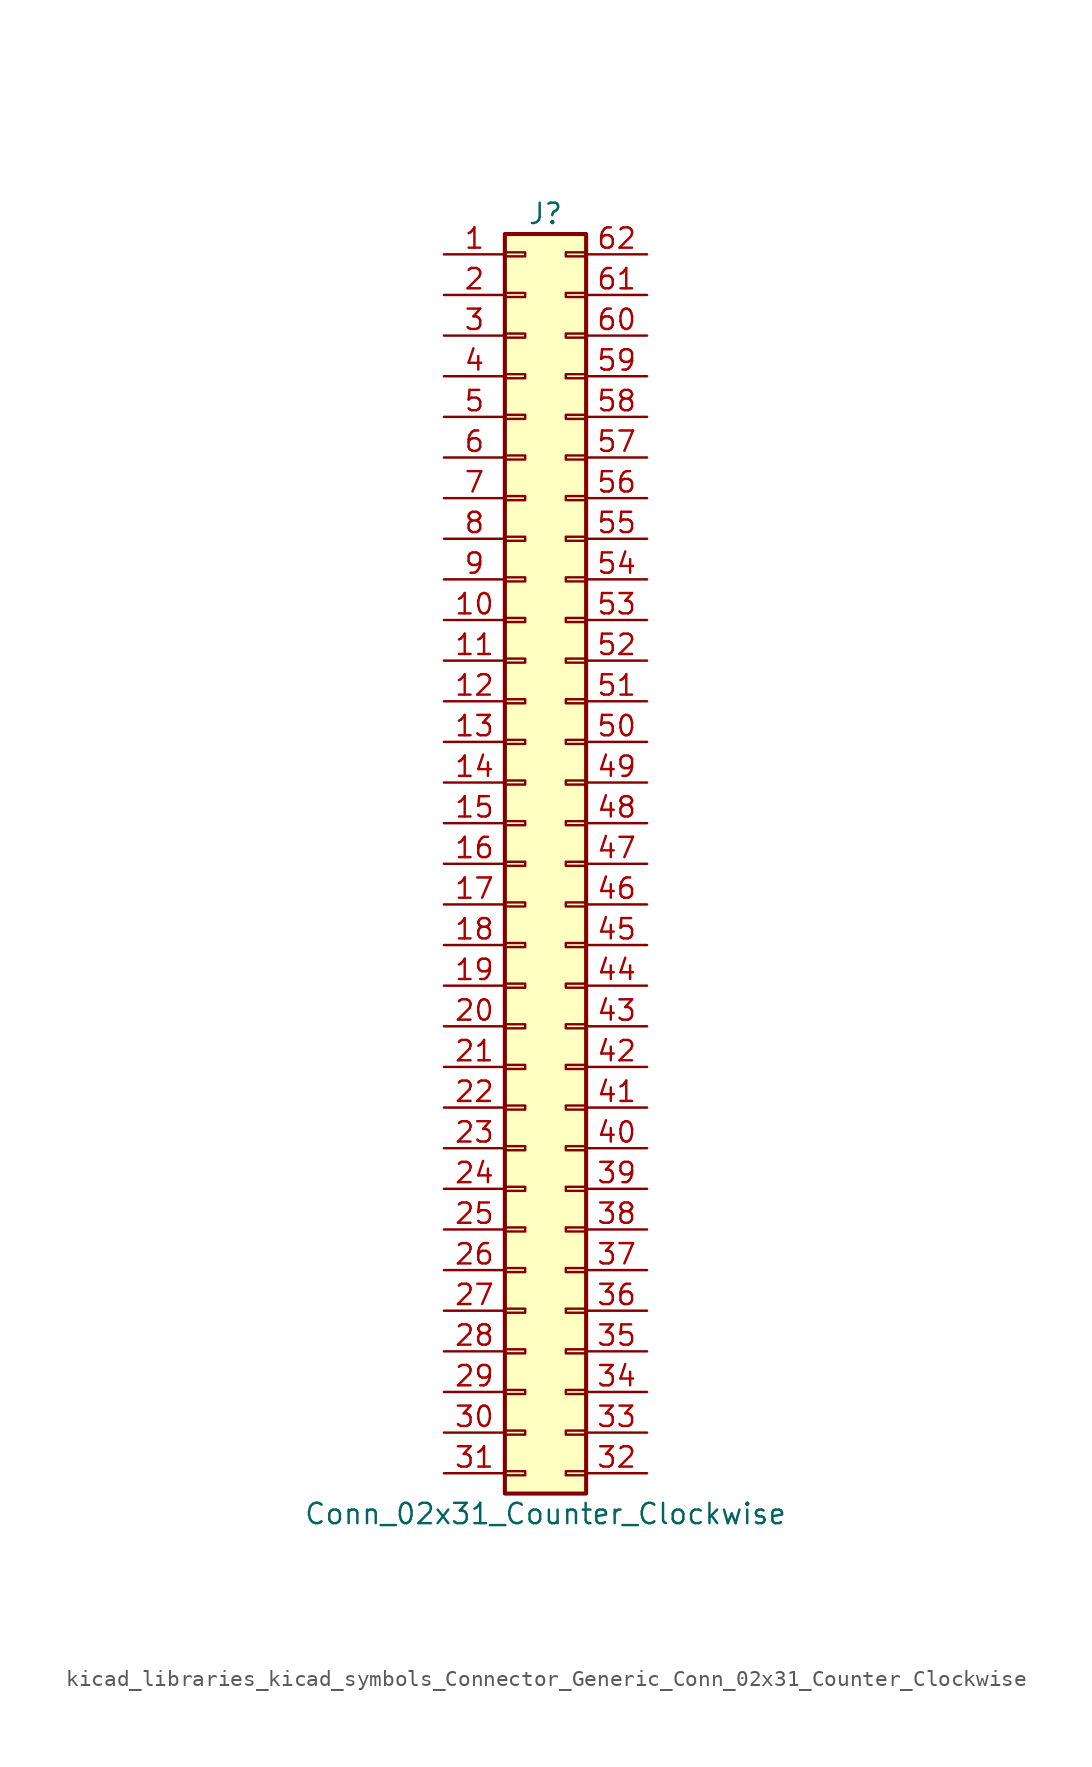
<source format=kicad_sym>
(kicad_symbol_lib
  (version 20220914)
  (generator kicad_symbol_editor)
  (symbol "kicad_libraries_kicad_symbols_Connector_Generic_Conn_02x31_Counter_Clockwise"
    (pin_names
      (offset 1.016) hide)
    (property "Reference" "J"
      (at 1.27 40.64 0)
      (effects (font (size 1.27 1.27))))
    (property "Value" "Conn_02x31_Counter_Clockwise"
      (at 1.27 -40.64 0)
      (effects (font (size 1.27 1.27))))
    (symbol "kicad_libraries_kicad_symbols_Connector_Generic_Conn_02x31_Counter_Clockwise_1_1"
      (rectangle (start -1.27 -37.973) (end 0 -38.227) (stroke (width 0.152) (type default)) (fill (type none)))
      (rectangle (start -1.27 -35.433) (end 0 -35.687) (stroke (width 0.152) (type default)) (fill (type none)))
      (rectangle (start -1.27 -32.893) (end 0 -33.147) (stroke (width 0.152) (type default)) (fill (type none)))
      (rectangle (start -1.27 -30.353) (end 0 -30.607) (stroke (width 0.152) (type default)) (fill (type none)))
      (rectangle (start -1.27 -27.813) (end 0 -28.067) (stroke (width 0.152) (type default)) (fill (type none)))
      (rectangle (start -1.27 -25.273) (end 0 -25.527) (stroke (width 0.152) (type default)) (fill (type none)))
      (rectangle (start -1.27 -22.733) (end 0 -22.987) (stroke (width 0.152) (type default)) (fill (type none)))
      (rectangle (start -1.27 -20.193) (end 0 -20.447) (stroke (width 0.152) (type default)) (fill (type none)))
      (rectangle (start -1.27 -17.653) (end 0 -17.907) (stroke (width 0.152) (type default)) (fill (type none)))
      (rectangle (start -1.27 -15.113) (end 0 -15.367) (stroke (width 0.152) (type default)) (fill (type none)))
      (rectangle (start -1.27 -12.573) (end 0 -12.827) (stroke (width 0.152) (type default)) (fill (type none)))
      (rectangle (start -1.27 -10.033) (end 0 -10.287) (stroke (width 0.152) (type default)) (fill (type none)))
      (rectangle (start -1.27 -7.493) (end 0 -7.747) (stroke (width 0.152) (type default)) (fill (type none)))
      (rectangle (start -1.27 -4.953) (end 0 -5.207) (stroke (width 0.152) (type default)) (fill (type none)))
      (rectangle (start -1.27 -2.413) (end 0 -2.667) (stroke (width 0.152) (type default)) (fill (type none)))
      (rectangle (start -1.27 0.127) (end 0 -0.127) (stroke (width 0.152) (type default)) (fill (type none)))
      (rectangle (start -1.27 2.667) (end 0 2.413) (stroke (width 0.152) (type default)) (fill (type none)))
      (rectangle (start -1.27 5.207) (end 0 4.953) (stroke (width 0.152) (type default)) (fill (type none)))
      (rectangle (start -1.27 7.747) (end 0 7.493) (stroke (width 0.152) (type default)) (fill (type none)))
      (rectangle (start -1.27 10.287) (end 0 10.033) (stroke (width 0.152) (type default)) (fill (type none)))
      (rectangle (start -1.27 12.827) (end 0 12.573) (stroke (width 0.152) (type default)) (fill (type none)))
      (rectangle (start -1.27 15.367) (end 0 15.113) (stroke (width 0.152) (type default)) (fill (type none)))
      (rectangle (start -1.27 17.907) (end 0 17.653) (stroke (width 0.152) (type default)) (fill (type none)))
      (rectangle (start -1.27 20.447) (end 0 20.193) (stroke (width 0.152) (type default)) (fill (type none)))
      (rectangle (start -1.27 22.987) (end 0 22.733) (stroke (width 0.152) (type default)) (fill (type none)))
      (rectangle (start -1.27 25.527) (end 0 25.273) (stroke (width 0.152) (type default)) (fill (type none)))
      (rectangle (start -1.27 28.067) (end 0 27.813) (stroke (width 0.152) (type default)) (fill (type none)))
      (rectangle (start -1.27 30.607) (end 0 30.353) (stroke (width 0.152) (type default)) (fill (type none)))
      (rectangle (start -1.27 33.147) (end 0 32.893) (stroke (width 0.152) (type default)) (fill (type none)))
      (rectangle (start -1.27 35.687) (end 0 35.433) (stroke (width 0.152) (type default)) (fill (type none)))
      (rectangle (start -1.27 38.227) (end 0 37.973) (stroke (width 0.152) (type default)) (fill (type none)))
      (rectangle (start -1.27 39.37) (end 3.81 -39.37) (stroke (width 0.254) (type default)) (fill (type background)))
      (rectangle (start 3.81 -37.973) (end 2.54 -38.227) (stroke (width 0.152) (type default)) (fill (type none)))
      (rectangle (start 3.81 -35.433) (end 2.54 -35.687) (stroke (width 0.152) (type default)) (fill (type none)))
      (rectangle (start 3.81 -32.893) (end 2.54 -33.147) (stroke (width 0.152) (type default)) (fill (type none)))
      (rectangle (start 3.81 -30.353) (end 2.54 -30.607) (stroke (width 0.152) (type default)) (fill (type none)))
      (rectangle (start 3.81 -27.813) (end 2.54 -28.067) (stroke (width 0.152) (type default)) (fill (type none)))
      (rectangle (start 3.81 -25.273) (end 2.54 -25.527) (stroke (width 0.152) (type default)) (fill (type none)))
      (rectangle (start 3.81 -22.733) (end 2.54 -22.987) (stroke (width 0.152) (type default)) (fill (type none)))
      (rectangle (start 3.81 -20.193) (end 2.54 -20.447) (stroke (width 0.152) (type default)) (fill (type none)))
      (rectangle (start 3.81 -17.653) (end 2.54 -17.907) (stroke (width 0.152) (type default)) (fill (type none)))
      (rectangle (start 3.81 -15.113) (end 2.54 -15.367) (stroke (width 0.152) (type default)) (fill (type none)))
      (rectangle (start 3.81 -12.573) (end 2.54 -12.827) (stroke (width 0.152) (type default)) (fill (type none)))
      (rectangle (start 3.81 -10.033) (end 2.54 -10.287) (stroke (width 0.152) (type default)) (fill (type none)))
      (rectangle (start 3.81 -7.493) (end 2.54 -7.747) (stroke (width 0.152) (type default)) (fill (type none)))
      (rectangle (start 3.81 -4.953) (end 2.54 -5.207) (stroke (width 0.152) (type default)) (fill (type none)))
      (rectangle (start 3.81 -2.413) (end 2.54 -2.667) (stroke (width 0.152) (type default)) (fill (type none)))
      (rectangle (start 3.81 0.127) (end 2.54 -0.127) (stroke (width 0.152) (type default)) (fill (type none)))
      (rectangle (start 3.81 2.667) (end 2.54 2.413) (stroke (width 0.152) (type default)) (fill (type none)))
      (rectangle (start 3.81 5.207) (end 2.54 4.953) (stroke (width 0.152) (type default)) (fill (type none)))
      (rectangle (start 3.81 7.747) (end 2.54 7.493) (stroke (width 0.152) (type default)) (fill (type none)))
      (rectangle (start 3.81 10.287) (end 2.54 10.033) (stroke (width 0.152) (type default)) (fill (type none)))
      (rectangle (start 3.81 12.827) (end 2.54 12.573) (stroke (width 0.152) (type default)) (fill (type none)))
      (rectangle (start 3.81 15.367) (end 2.54 15.113) (stroke (width 0.152) (type default)) (fill (type none)))
      (rectangle (start 3.81 17.907) (end 2.54 17.653) (stroke (width 0.152) (type default)) (fill (type none)))
      (rectangle (start 3.81 20.447) (end 2.54 20.193) (stroke (width 0.152) (type default)) (fill (type none)))
      (rectangle (start 3.81 22.987) (end 2.54 22.733) (stroke (width 0.152) (type default)) (fill (type none)))
      (rectangle (start 3.81 25.527) (end 2.54 25.273) (stroke (width 0.152) (type default)) (fill (type none)))
      (rectangle (start 3.81 28.067) (end 2.54 27.813) (stroke (width 0.152) (type default)) (fill (type none)))
      (rectangle (start 3.81 30.607) (end 2.54 30.353) (stroke (width 0.152) (type default)) (fill (type none)))
      (rectangle (start 3.81 33.147) (end 2.54 32.893) (stroke (width 0.152) (type default)) (fill (type none)))
      (rectangle (start 3.81 35.687) (end 2.54 35.433) (stroke (width 0.152) (type default)) (fill (type none)))
      (rectangle (start 3.81 38.227) (end 2.54 37.973) (stroke (width 0.152) (type default)) (fill (type none)))
      (pin passive line (at -5.08 38.1 0) (length 3.81) (name "Pin_1" (effects (font (size 1.27 1.27)))) (number "1" (effects (font (size 1.27 1.27)))))
      (pin passive line (at -5.08 15.24 0) (length 3.81) (name "Pin_10" (effects (font (size 1.27 1.27)))) (number "10" (effects (font (size 1.27 1.27)))))
      (pin passive line (at -5.08 12.7 0) (length 3.81) (name "Pin_11" (effects (font (size 1.27 1.27)))) (number "11" (effects (font (size 1.27 1.27)))))
      (pin passive line (at -5.08 10.16 0) (length 3.81) (name "Pin_12" (effects (font (size 1.27 1.27)))) (number "12" (effects (font (size 1.27 1.27)))))
      (pin passive line (at -5.08 7.62 0) (length 3.81) (name "Pin_13" (effects (font (size 1.27 1.27)))) (number "13" (effects (font (size 1.27 1.27)))))
      (pin passive line (at -5.08 5.08 0) (length 3.81) (name "Pin_14" (effects (font (size 1.27 1.27)))) (number "14" (effects (font (size 1.27 1.27)))))
      (pin passive line (at -5.08 2.54 0) (length 3.81) (name "Pin_15" (effects (font (size 1.27 1.27)))) (number "15" (effects (font (size 1.27 1.27)))))
      (pin passive line (at -5.08 0 0) (length 3.81) (name "Pin_16" (effects (font (size 1.27 1.27)))) (number "16" (effects (font (size 1.27 1.27)))))
      (pin passive line (at -5.08 -2.54 0) (length 3.81) (name "Pin_17" (effects (font (size 1.27 1.27)))) (number "17" (effects (font (size 1.27 1.27)))))
      (pin passive line (at -5.08 -5.08 0) (length 3.81) (name "Pin_18" (effects (font (size 1.27 1.27)))) (number "18" (effects (font (size 1.27 1.27)))))
      (pin passive line (at -5.08 -7.62 0) (length 3.81) (name "Pin_19" (effects (font (size 1.27 1.27)))) (number "19" (effects (font (size 1.27 1.27)))))
      (pin passive line (at -5.08 35.56 0) (length 3.81) (name "Pin_2" (effects (font (size 1.27 1.27)))) (number "2" (effects (font (size 1.27 1.27)))))
      (pin passive line (at -5.08 -10.16 0) (length 3.81) (name "Pin_20" (effects (font (size 1.27 1.27)))) (number "20" (effects (font (size 1.27 1.27)))))
      (pin passive line (at -5.08 -12.7 0) (length 3.81) (name "Pin_21" (effects (font (size 1.27 1.27)))) (number "21" (effects (font (size 1.27 1.27)))))
      (pin passive line (at -5.08 -15.24 0) (length 3.81) (name "Pin_22" (effects (font (size 1.27 1.27)))) (number "22" (effects (font (size 1.27 1.27)))))
      (pin passive line (at -5.08 -17.78 0) (length 3.81) (name "Pin_23" (effects (font (size 1.27 1.27)))) (number "23" (effects (font (size 1.27 1.27)))))
      (pin passive line (at -5.08 -20.32 0) (length 3.81) (name "Pin_24" (effects (font (size 1.27 1.27)))) (number "24" (effects (font (size 1.27 1.27)))))
      (pin passive line (at -5.08 -22.86 0) (length 3.81) (name "Pin_25" (effects (font (size 1.27 1.27)))) (number "25" (effects (font (size 1.27 1.27)))))
      (pin passive line (at -5.08 -25.4 0) (length 3.81) (name "Pin_26" (effects (font (size 1.27 1.27)))) (number "26" (effects (font (size 1.27 1.27)))))
      (pin passive line (at -5.08 -27.94 0) (length 3.81) (name "Pin_27" (effects (font (size 1.27 1.27)))) (number "27" (effects (font (size 1.27 1.27)))))
      (pin passive line (at -5.08 -30.48 0) (length 3.81) (name "Pin_28" (effects (font (size 1.27 1.27)))) (number "28" (effects (font (size 1.27 1.27)))))
      (pin passive line (at -5.08 -33.02 0) (length 3.81) (name "Pin_29" (effects (font (size 1.27 1.27)))) (number "29" (effects (font (size 1.27 1.27)))))
      (pin passive line (at -5.08 33.02 0) (length 3.81) (name "Pin_3" (effects (font (size 1.27 1.27)))) (number "3" (effects (font (size 1.27 1.27)))))
      (pin passive line (at -5.08 -35.56 0) (length 3.81) (name "Pin_30" (effects (font (size 1.27 1.27)))) (number "30" (effects (font (size 1.27 1.27)))))
      (pin passive line (at -5.08 -38.1 0) (length 3.81) (name "Pin_31" (effects (font (size 1.27 1.27)))) (number "31" (effects (font (size 1.27 1.27)))))
      (pin passive line (at 7.62 -38.1 180) (length 3.81) (name "Pin_32" (effects (font (size 1.27 1.27)))) (number "32" (effects (font (size 1.27 1.27)))))
      (pin passive line (at 7.62 -35.56 180) (length 3.81) (name "Pin_33" (effects (font (size 1.27 1.27)))) (number "33" (effects (font (size 1.27 1.27)))))
      (pin passive line (at 7.62 -33.02 180) (length 3.81) (name "Pin_34" (effects (font (size 1.27 1.27)))) (number "34" (effects (font (size 1.27 1.27)))))
      (pin passive line (at 7.62 -30.48 180) (length 3.81) (name "Pin_35" (effects (font (size 1.27 1.27)))) (number "35" (effects (font (size 1.27 1.27)))))
      (pin passive line (at 7.62 -27.94 180) (length 3.81) (name "Pin_36" (effects (font (size 1.27 1.27)))) (number "36" (effects (font (size 1.27 1.27)))))
      (pin passive line (at 7.62 -25.4 180) (length 3.81) (name "Pin_37" (effects (font (size 1.27 1.27)))) (number "37" (effects (font (size 1.27 1.27)))))
      (pin passive line (at 7.62 -22.86 180) (length 3.81) (name "Pin_38" (effects (font (size 1.27 1.27)))) (number "38" (effects (font (size 1.27 1.27)))))
      (pin passive line (at 7.62 -20.32 180) (length 3.81) (name "Pin_39" (effects (font (size 1.27 1.27)))) (number "39" (effects (font (size 1.27 1.27)))))
      (pin passive line (at -5.08 30.48 0) (length 3.81) (name "Pin_4" (effects (font (size 1.27 1.27)))) (number "4" (effects (font (size 1.27 1.27)))))
      (pin passive line (at 7.62 -17.78 180) (length 3.81) (name "Pin_40" (effects (font (size 1.27 1.27)))) (number "40" (effects (font (size 1.27 1.27)))))
      (pin passive line (at 7.62 -15.24 180) (length 3.81) (name "Pin_41" (effects (font (size 1.27 1.27)))) (number "41" (effects (font (size 1.27 1.27)))))
      (pin passive line (at 7.62 -12.7 180) (length 3.81) (name "Pin_42" (effects (font (size 1.27 1.27)))) (number "42" (effects (font (size 1.27 1.27)))))
      (pin passive line (at 7.62 -10.16 180) (length 3.81) (name "Pin_43" (effects (font (size 1.27 1.27)))) (number "43" (effects (font (size 1.27 1.27)))))
      (pin passive line (at 7.62 -7.62 180) (length 3.81) (name "Pin_44" (effects (font (size 1.27 1.27)))) (number "44" (effects (font (size 1.27 1.27)))))
      (pin passive line (at 7.62 -5.08 180) (length 3.81) (name "Pin_45" (effects (font (size 1.27 1.27)))) (number "45" (effects (font (size 1.27 1.27)))))
      (pin passive line (at 7.62 -2.54 180) (length 3.81) (name "Pin_46" (effects (font (size 1.27 1.27)))) (number "46" (effects (font (size 1.27 1.27)))))
      (pin passive line (at 7.62 0 180) (length 3.81) (name "Pin_47" (effects (font (size 1.27 1.27)))) (number "47" (effects (font (size 1.27 1.27)))))
      (pin passive line (at 7.62 2.54 180) (length 3.81) (name "Pin_48" (effects (font (size 1.27 1.27)))) (number "48" (effects (font (size 1.27 1.27)))))
      (pin passive line (at 7.62 5.08 180) (length 3.81) (name "Pin_49" (effects (font (size 1.27 1.27)))) (number "49" (effects (font (size 1.27 1.27)))))
      (pin passive line (at -5.08 27.94 0) (length 3.81) (name "Pin_5" (effects (font (size 1.27 1.27)))) (number "5" (effects (font (size 1.27 1.27)))))
      (pin passive line (at 7.62 7.62 180) (length 3.81) (name "Pin_50" (effects (font (size 1.27 1.27)))) (number "50" (effects (font (size 1.27 1.27)))))
      (pin passive line (at 7.62 10.16 180) (length 3.81) (name "Pin_51" (effects (font (size 1.27 1.27)))) (number "51" (effects (font (size 1.27 1.27)))))
      (pin passive line (at 7.62 12.7 180) (length 3.81) (name "Pin_52" (effects (font (size 1.27 1.27)))) (number "52" (effects (font (size 1.27 1.27)))))
      (pin passive line (at 7.62 15.24 180) (length 3.81) (name "Pin_53" (effects (font (size 1.27 1.27)))) (number "53" (effects (font (size 1.27 1.27)))))
      (pin passive line (at 7.62 17.78 180) (length 3.81) (name "Pin_54" (effects (font (size 1.27 1.27)))) (number "54" (effects (font (size 1.27 1.27)))))
      (pin passive line (at 7.62 20.32 180) (length 3.81) (name "Pin_55" (effects (font (size 1.27 1.27)))) (number "55" (effects (font (size 1.27 1.27)))))
      (pin passive line (at 7.62 22.86 180) (length 3.81) (name "Pin_56" (effects (font (size 1.27 1.27)))) (number "56" (effects (font (size 1.27 1.27)))))
      (pin passive line (at 7.62 25.4 180) (length 3.81) (name "Pin_57" (effects (font (size 1.27 1.27)))) (number "57" (effects (font (size 1.27 1.27)))))
      (pin passive line (at 7.62 27.94 180) (length 3.81) (name "Pin_58" (effects (font (size 1.27 1.27)))) (number "58" (effects (font (size 1.27 1.27)))))
      (pin passive line (at 7.62 30.48 180) (length 3.81) (name "Pin_59" (effects (font (size 1.27 1.27)))) (number "59" (effects (font (size 1.27 1.27)))))
      (pin passive line (at -5.08 25.4 0) (length 3.81) (name "Pin_6" (effects (font (size 1.27 1.27)))) (number "6" (effects (font (size 1.27 1.27)))))
      (pin passive line (at 7.62 33.02 180) (length 3.81) (name "Pin_60" (effects (font (size 1.27 1.27)))) (number "60" (effects (font (size 1.27 1.27)))))
      (pin passive line (at 7.62 35.56 180) (length 3.81) (name "Pin_61" (effects (font (size 1.27 1.27)))) (number "61" (effects (font (size 1.27 1.27)))))
      (pin passive line (at 7.62 38.1 180) (length 3.81) (name "Pin_62" (effects (font (size 1.27 1.27)))) (number "62" (effects (font (size 1.27 1.27)))))
      (pin passive line (at -5.08 22.86 0) (length 3.81) (name "Pin_7" (effects (font (size 1.27 1.27)))) (number "7" (effects (font (size 1.27 1.27)))))
      (pin passive line (at -5.08 20.32 0) (length 3.81) (name "Pin_8" (effects (font (size 1.27 1.27)))) (number "8" (effects (font (size 1.27 1.27)))))
      (pin passive line (at -5.08 17.78 0) (length 3.81) (name "Pin_9" (effects (font (size 1.27 1.27)))) (number "9" (effects (font (size 1.27 1.27))))))))
</source>
